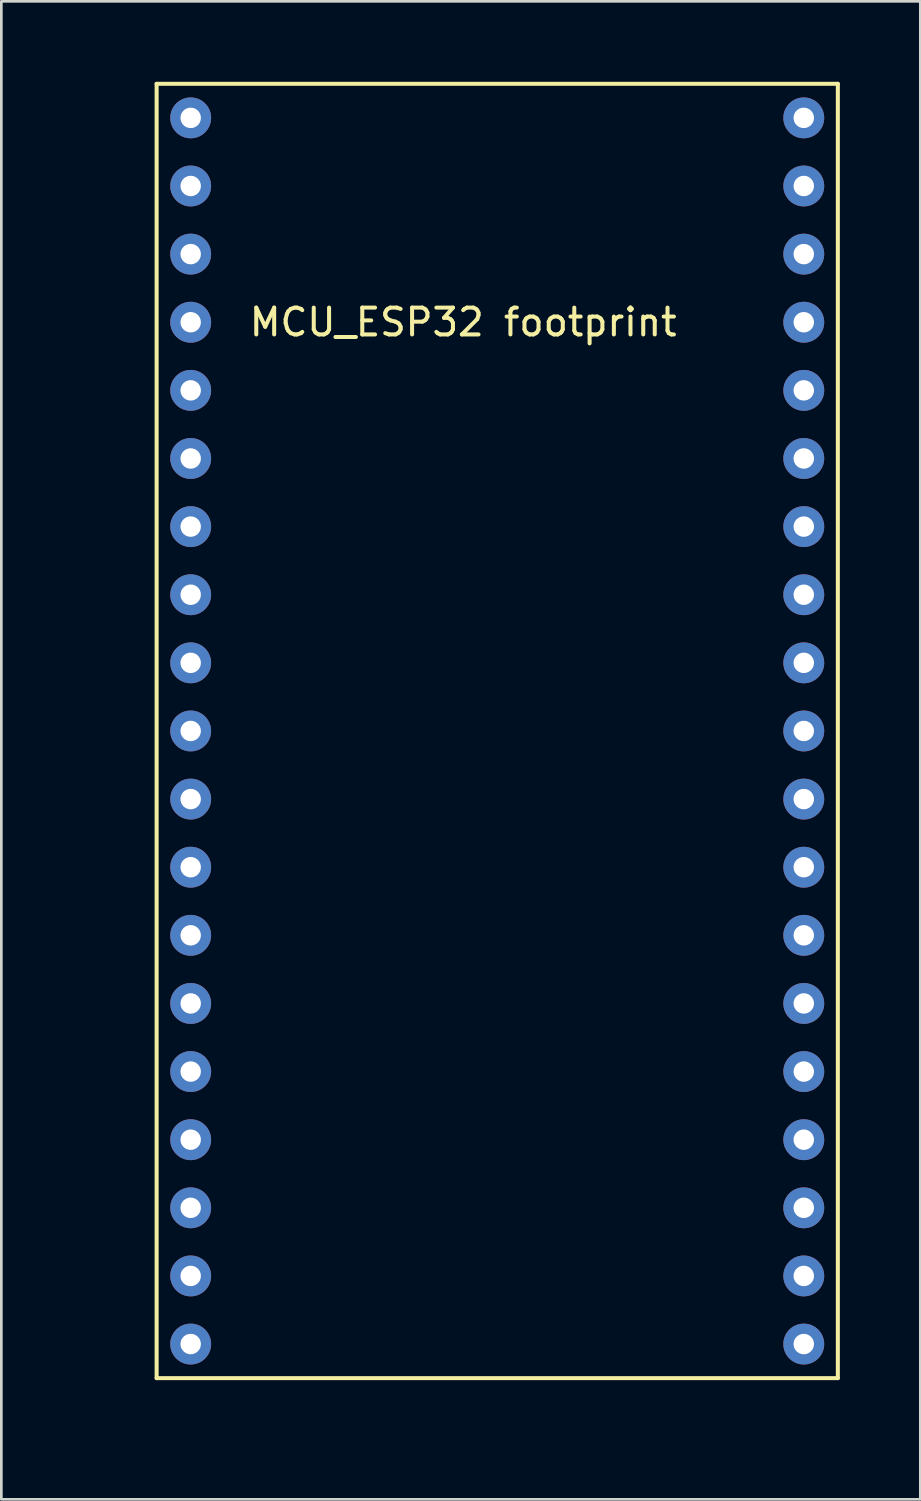
<source format=kicad_pcb>
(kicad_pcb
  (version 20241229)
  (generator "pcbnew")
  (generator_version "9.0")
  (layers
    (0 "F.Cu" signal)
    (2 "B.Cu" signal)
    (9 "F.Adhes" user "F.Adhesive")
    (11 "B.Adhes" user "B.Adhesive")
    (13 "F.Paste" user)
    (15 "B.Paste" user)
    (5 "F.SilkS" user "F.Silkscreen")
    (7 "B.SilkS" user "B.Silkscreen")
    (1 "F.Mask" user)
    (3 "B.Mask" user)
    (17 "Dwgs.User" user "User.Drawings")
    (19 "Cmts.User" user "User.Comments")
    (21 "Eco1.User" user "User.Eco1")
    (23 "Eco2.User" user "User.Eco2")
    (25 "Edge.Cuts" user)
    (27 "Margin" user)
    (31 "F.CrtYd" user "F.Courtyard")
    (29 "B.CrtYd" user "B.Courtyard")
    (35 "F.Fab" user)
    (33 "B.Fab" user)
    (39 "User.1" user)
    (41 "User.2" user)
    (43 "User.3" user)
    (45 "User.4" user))
  (footprint "MCU_ESP32 footprint"
    (layer "F.Cu")
    (at 0.25 49.605)
    (property "Reference" "MCU_ESP32 footprint" (at 13.97 -40.64 0) (layer "F.SilkS") (effects (font (size 1 1) (thickness 0.15))))
    (attr through_hole)
    (fp_line (start 2.54 -1.27) (end 2.54 -49.53) (stroke (width 0.15) (type solid)) (layer "F.SilkS"))
    (fp_line (start 2.54 -1.27) (end 27.94 -1.27) (stroke (width 0.15) (type solid)) (layer "F.SilkS"))
    (fp_line (start 27.94 -49.53) (end 2.54 -49.53) (stroke (width 0.15) (type solid)) (layer "F.SilkS"))
    (fp_line (start 27.94 -1.27) (end 27.94 -49.53) (stroke (width 0.15) (type solid)) (layer "F.SilkS"))
    (pad "1" thru_hole circle (at 26.67 -48.26) (size 1.524 1.524) (drill 0.762) (layers "*.Cu" "*.Mask"))
    (pad "2" thru_hole circle (at 26.67 -45.72) (size 1.524 1.524) (drill 0.762) (layers "*.Cu" "*.Mask"))
    (pad "3" thru_hole circle (at 26.67 -43.18) (size 1.524 1.524) (drill 0.762) (layers "*.Cu" "*.Mask"))
    (pad "4" thru_hole circle (at 26.67 -40.64) (size 1.524 1.524) (drill 0.762) (layers "*.Cu" "*.Mask"))
    (pad "5" thru_hole circle (at 26.67 -38.1) (size 1.524 1.524) (drill 0.762) (layers "*.Cu" "*.Mask"))
    (pad "6" thru_hole circle (at 26.67 -35.56) (size 1.524 1.524) (drill 0.762) (layers "*.Cu" "*.Mask"))
    (pad "7" thru_hole circle (at 26.67 -33.02) (size 1.524 1.524) (drill 0.762) (layers "*.Cu" "*.Mask"))
    (pad "8" thru_hole circle (at 26.67 -30.48) (size 1.524 1.524) (drill 0.762) (layers "*.Cu" "*.Mask"))
    (pad "9" thru_hole circle (at 26.67 -27.94) (size 1.524 1.524) (drill 0.762) (layers "*.Cu" "*.Mask"))
    (pad "10" thru_hole circle (at 26.67 -25.4) (size 1.524 1.524) (drill 0.762) (layers "*.Cu" "*.Mask"))
    (pad "11" thru_hole circle (at 26.67 -22.86) (size 1.524 1.524) (drill 0.762) (layers "*.Cu" "*.Mask"))
    (pad "12" thru_hole circle (at 26.67 -20.32) (size 1.524 1.524) (drill 0.762) (layers "*.Cu" "*.Mask"))
    (pad "13" thru_hole circle (at 26.67 -17.78) (size 1.524 1.524) (drill 0.762) (layers "*.Cu" "*.Mask"))
    (pad "14" thru_hole circle (at 26.67 -15.24) (size 1.524 1.524) (drill 0.762) (layers "*.Cu" "*.Mask"))
    (pad "15" thru_hole circle (at 26.67 -12.7) (size 1.524 1.524) (drill 0.762) (layers "*.Cu" "*.Mask"))
    (pad "16" thru_hole circle (at 26.67 -10.16) (size 1.524 1.524) (drill 0.762) (layers "*.Cu" "*.Mask"))
    (pad "17" thru_hole circle (at 26.67 -7.62) (size 1.524 1.524) (drill 0.762) (layers "*.Cu" "*.Mask"))
    (pad "18" thru_hole circle (at 26.67 -5.08) (size 1.524 1.524) (drill 0.762) (layers "*.Cu" "*.Mask"))
    (pad "19" thru_hole circle (at 26.67 -2.54) (size 1.524 1.524) (drill 0.762) (layers "*.Cu" "*.Mask"))
    (pad "20" thru_hole circle (at 3.81 -48.26) (size 1.524 1.524) (drill 0.762) (layers "*.Cu" "*.Mask"))
    (pad "21" thru_hole circle (at 3.81 -45.72) (size 1.524 1.524) (drill 0.762) (layers "*.Cu" "*.Mask"))
    (pad "22" thru_hole circle (at 3.81 -43.18) (size 1.524 1.524) (drill 0.762) (layers "*.Cu" "*.Mask"))
    (pad "23" thru_hole circle (at 3.81 -40.64) (size 1.524 1.524) (drill 0.762) (layers "*.Cu" "*.Mask"))
    (pad "24" thru_hole circle (at 3.81 -38.1) (size 1.524 1.524) (drill 0.762) (layers "*.Cu" "*.Mask"))
    (pad "25" thru_hole circle (at 3.81 -35.56) (size 1.524 1.524) (drill 0.762) (layers "*.Cu" "*.Mask"))
    (pad "26" thru_hole circle (at 3.81 -33.02) (size 1.524 1.524) (drill 0.762) (layers "*.Cu" "*.Mask"))
    (pad "27" thru_hole circle (at 3.81 -30.48) (size 1.524 1.524) (drill 0.762) (layers "*.Cu" "*.Mask"))
    (pad "28" thru_hole circle (at 3.81 -27.94) (size 1.524 1.524) (drill 0.762) (layers "*.Cu" "*.Mask"))
    (pad "29" thru_hole circle (at 3.81 -25.4) (size 1.524 1.524) (drill 0.762) (layers "*.Cu" "*.Mask"))
    (pad "30" thru_hole circle (at 3.81 -22.86) (size 1.524 1.524) (drill 0.762) (layers "*.Cu" "*.Mask"))
    (pad "31" thru_hole circle (at 3.81 -20.32) (size 1.524 1.524) (drill 0.762) (layers "*.Cu" "*.Mask"))
    (pad "32" thru_hole circle (at 3.81 -15.24) (size 1.524 1.524) (drill 0.762) (layers "*.Cu" "*.Mask"))
    (pad "33" thru_hole circle (at 3.81 -17.78) (size 1.524 1.524) (drill 0.762) (layers "*.Cu" "*.Mask"))
    (pad "34" thru_hole circle (at 3.81 -12.7) (size 1.524 1.524) (drill 0.762) (layers "*.Cu" "*.Mask"))
    (pad "35" thru_hole circle (at 3.81 -10.16) (size 1.524 1.524) (drill 0.762) (layers "*.Cu" "*.Mask"))
    (pad "36" thru_hole circle (at 3.81 -7.62) (size 1.524 1.524) (drill 0.762) (layers "*.Cu" "*.Mask"))
    (pad "37" thru_hole circle (at 3.81 -5.08) (size 1.524 1.524) (drill 0.762) (layers "*.Cu" "*.Mask"))
    (pad "38" thru_hole circle (at 3.81 -2.54) (size 1.524 1.524) (drill 0.762) (layers "*.Cu" "*.Mask")))
  (gr_rect
    (start -3 -3)
    (end 31.265 52.855)
    (stroke (width 0.1) (type default))
    (fill no)
    (layer "Edge.Cuts")))
</source>
